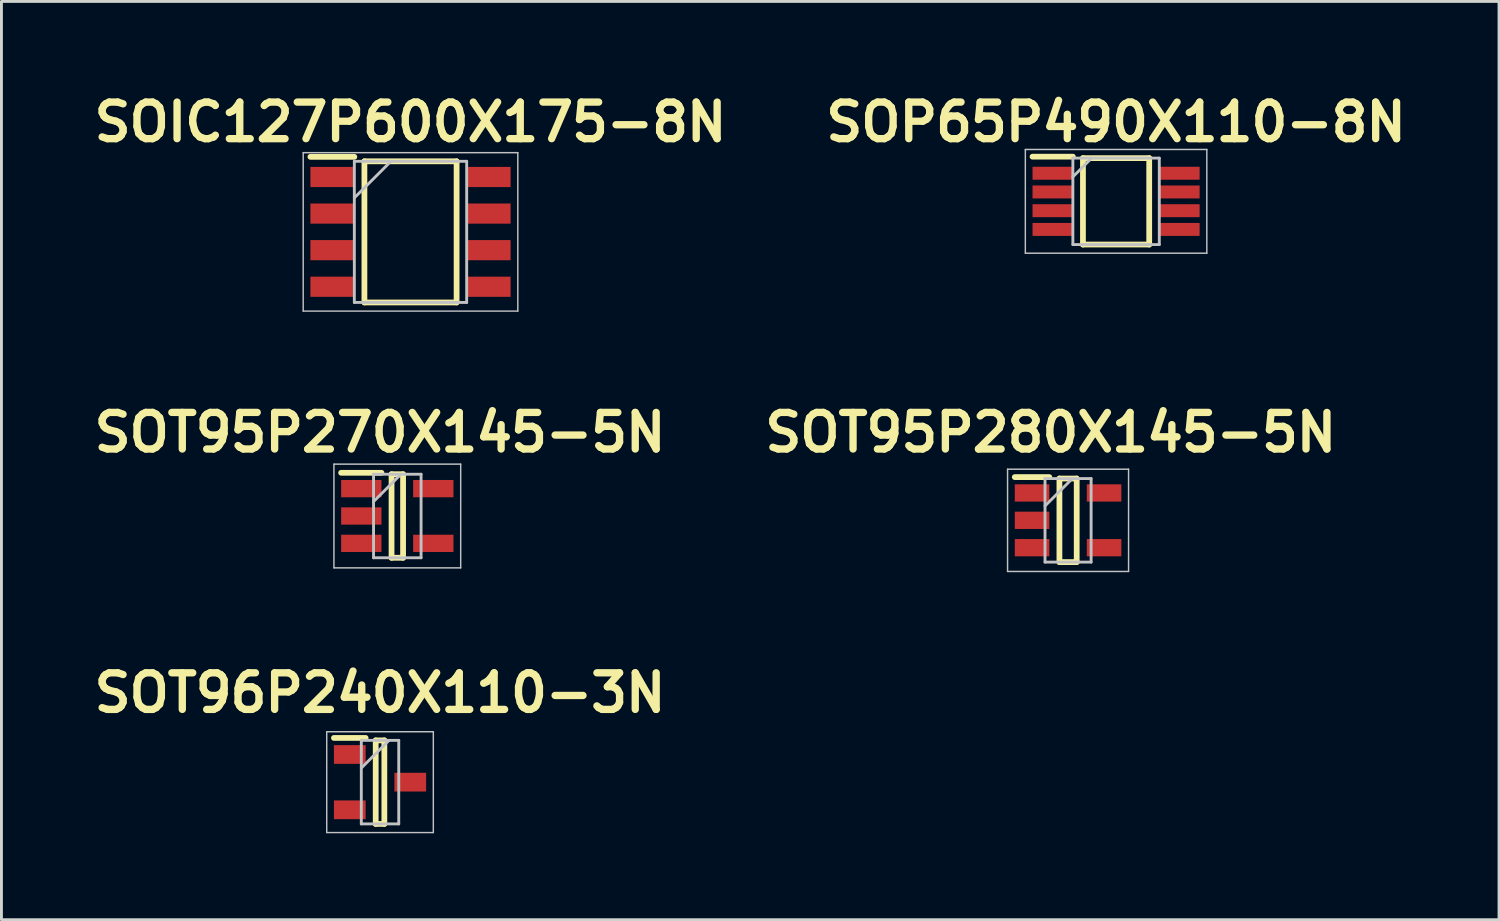
<source format=kicad_pcb>
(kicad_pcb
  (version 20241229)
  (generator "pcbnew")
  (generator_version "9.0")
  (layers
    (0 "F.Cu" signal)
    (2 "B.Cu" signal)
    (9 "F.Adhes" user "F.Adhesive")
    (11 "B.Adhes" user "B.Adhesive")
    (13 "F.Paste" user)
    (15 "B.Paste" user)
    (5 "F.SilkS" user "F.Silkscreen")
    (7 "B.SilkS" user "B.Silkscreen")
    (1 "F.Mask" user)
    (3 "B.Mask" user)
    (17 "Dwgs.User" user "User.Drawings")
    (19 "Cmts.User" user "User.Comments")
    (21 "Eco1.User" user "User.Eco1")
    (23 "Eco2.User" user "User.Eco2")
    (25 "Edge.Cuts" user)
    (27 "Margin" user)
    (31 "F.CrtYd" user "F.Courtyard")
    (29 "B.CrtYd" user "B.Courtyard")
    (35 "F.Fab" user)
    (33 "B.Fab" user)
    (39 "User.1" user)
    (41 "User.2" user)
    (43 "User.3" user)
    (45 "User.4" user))
  (footprint "SOT96P240X110-3N"
    (layer "F.Cu")
    (at 10.142 24.101)
    (property "Reference" "SOT96P240X110-3N" (at 0 -3.1 0) (layer "F.SilkS") (effects (font (size 1.27 1.27) (thickness 0.254))))
    (attr smd)
    (fp_line (start -1.6 -1.535) (end -0.5 -1.535) (stroke (width 0.2) (type solid)) (layer "F.SilkS"))
    (fp_line (start -0.15 -1.45) (end 0.15 -1.45) (stroke (width 0.2) (type solid)) (layer "F.SilkS"))
    (fp_line (start -0.15 1.45) (end -0.15 -1.45) (stroke (width 0.2) (type solid)) (layer "F.SilkS"))
    (fp_line (start 0.15 -1.45) (end 0.15 1.45) (stroke (width 0.2) (type solid)) (layer "F.SilkS"))
    (fp_line (start 0.15 1.45) (end -0.15 1.45) (stroke (width 0.2) (type solid)) (layer "F.SilkS"))
    (fp_line (start -1.85 -1.75) (end 1.85 -1.75) (stroke (width 0.05) (type solid)) (layer "Dwgs.User"))
    (fp_line (start -1.85 1.75) (end -1.85 -1.75) (stroke (width 0.05) (type solid)) (layer "Dwgs.User"))
    (fp_line (start -0.65 -1.45) (end 0.65 -1.45) (stroke (width 0.1) (type solid)) (layer "Dwgs.User"))
    (fp_line (start -0.65 -0.49) (end 0.31 -1.45) (stroke (width 0.1) (type solid)) (layer "Dwgs.User"))
    (fp_line (start -0.65 1.45) (end -0.65 -1.45) (stroke (width 0.1) (type solid)) (layer "Dwgs.User"))
    (fp_line (start 0.65 -1.45) (end 0.65 1.45) (stroke (width 0.1) (type solid)) (layer "Dwgs.User"))
    (fp_line (start 0.65 1.45) (end -0.65 1.45) (stroke (width 0.1) (type solid)) (layer "Dwgs.User"))
    (fp_line (start 1.85 -1.75) (end 1.85 1.75) (stroke (width 0.05) (type solid)) (layer "Dwgs.User"))
    (fp_line (start 1.85 1.75) (end -1.85 1.75) (stroke (width 0.05) (type solid)) (layer "Dwgs.User"))
    (pad "1" smd rect (at -1.05 -0.96 90) (size 0.65 1.1) (layers "F.Cu" "F.Mask" "F.Paste"))
    (pad "2" smd rect (at -1.05 0.96 90) (size 0.65 1.1) (layers "F.Cu" "F.Mask" "F.Paste"))
    (pad "3" smd rect (at 1.05 0 90) (size 0.65 1.1) (layers "F.Cu" "F.Mask" "F.Paste")))
  (footprint "SOT95P280X145-5N"
    (layer "F.Cu")
    (at 34.026 15.012)
    (property "Reference" "SOT95P280X145-5N" (at -0.6 -3.05 0) (layer "F.SilkS") (effects (font (size 1.27 1.27) (thickness 0.254))))
    (attr smd)
    (fp_line (start -1.85 -1.5) (end -0.65 -1.5) (stroke (width 0.2) (type solid)) (layer "F.SilkS"))
    (fp_line (start -0.3 -1.45) (end 0.3 -1.45) (stroke (width 0.2) (type solid)) (layer "F.SilkS"))
    (fp_line (start -0.3 1.45) (end -0.3 -1.45) (stroke (width 0.2) (type solid)) (layer "F.SilkS"))
    (fp_line (start 0.3 -1.45) (end 0.3 1.45) (stroke (width 0.2) (type solid)) (layer "F.SilkS"))
    (fp_line (start 0.3 1.45) (end -0.3 1.45) (stroke (width 0.2) (type solid)) (layer "F.SilkS"))
    (fp_line (start -2.1 -1.775) (end 2.1 -1.775) (stroke (width 0.05) (type solid)) (layer "Dwgs.User"))
    (fp_line (start -2.1 1.775) (end -2.1 -1.775) (stroke (width 0.05) (type solid)) (layer "Dwgs.User"))
    (fp_line (start -0.8 -1.45) (end 0.8 -1.45) (stroke (width 0.1) (type solid)) (layer "Dwgs.User"))
    (fp_line (start -0.8 -0.5) (end 0.15 -1.45) (stroke (width 0.1) (type solid)) (layer "Dwgs.User"))
    (fp_line (start -0.8 1.45) (end -0.8 -1.45) (stroke (width 0.1) (type solid)) (layer "Dwgs.User"))
    (fp_line (start 0.8 -1.45) (end 0.8 1.45) (stroke (width 0.1) (type solid)) (layer "Dwgs.User"))
    (fp_line (start 0.8 1.45) (end -0.8 1.45) (stroke (width 0.1) (type solid)) (layer "Dwgs.User"))
    (fp_line (start 2.1 -1.775) (end 2.1 1.775) (stroke (width 0.05) (type solid)) (layer "Dwgs.User"))
    (fp_line (start 2.1 1.775) (end -2.1 1.775) (stroke (width 0.05) (type solid)) (layer "Dwgs.User"))
    (pad "1" smd rect (at -1.25 -0.95 90) (size 0.6 1.2) (layers "F.Cu" "F.Mask" "F.Paste"))
    (pad "2" smd rect (at -1.25 0 90) (size 0.6 1.2) (layers "F.Cu" "F.Mask" "F.Paste"))
    (pad "3" smd rect (at -1.25 0.95 90) (size 0.6 1.2) (layers "F.Cu" "F.Mask" "F.Paste"))
    (pad "4" smd rect (at 1.25 0.95 90) (size 0.6 1.2) (layers "F.Cu" "F.Mask" "F.Paste"))
    (pad "5" smd rect (at 1.25 -0.95 90) (size 0.6 1.2) (layers "F.Cu" "F.Mask" "F.Paste")))
  (footprint "SOIC127P600X175-8N"
    (layer "F.Cu")
    (at 11.2 4.999)
    (property "Reference" "SOIC127P600X175-8N" (at 0 -3.81 0) (layer "F.SilkS") (effects (font (size 1.27 1.27) (thickness 0.254))))
    (attr smd)
    (fp_line (start -3.475 -2.605) (end -1.95 -2.605) (stroke (width 0.2) (type solid)) (layer "F.SilkS"))
    (fp_line (start -1.6 -2.45) (end 1.6 -2.45) (stroke (width 0.2) (type solid)) (layer "F.SilkS"))
    (fp_line (start -1.6 2.45) (end -1.6 -2.45) (stroke (width 0.2) (type solid)) (layer "F.SilkS"))
    (fp_line (start 1.6 -2.45) (end 1.6 2.45) (stroke (width 0.2) (type solid)) (layer "F.SilkS"))
    (fp_line (start 1.6 2.45) (end -1.6 2.45) (stroke (width 0.2) (type solid)) (layer "F.SilkS"))
    (fp_line (start -3.725 -2.75) (end 3.725 -2.75) (stroke (width 0.05) (type solid)) (layer "Dwgs.User"))
    (fp_line (start -3.725 2.75) (end -3.725 -2.75) (stroke (width 0.05) (type solid)) (layer "Dwgs.User"))
    (fp_line (start -1.95 -2.45) (end 1.95 -2.45) (stroke (width 0.1) (type solid)) (layer "Dwgs.User"))
    (fp_line (start -1.95 -1.18) (end -0.68 -2.45) (stroke (width 0.1) (type solid)) (layer "Dwgs.User"))
    (fp_line (start -1.95 2.45) (end -1.95 -2.45) (stroke (width 0.1) (type solid)) (layer "Dwgs.User"))
    (fp_line (start 1.95 -2.45) (end 1.95 2.45) (stroke (width 0.1) (type solid)) (layer "Dwgs.User"))
    (fp_line (start 1.95 2.45) (end -1.95 2.45) (stroke (width 0.1) (type solid)) (layer "Dwgs.User"))
    (fp_line (start 3.725 -2.75) (end 3.725 2.75) (stroke (width 0.05) (type solid)) (layer "Dwgs.User"))
    (fp_line (start 3.725 2.75) (end -3.725 2.75) (stroke (width 0.05) (type solid)) (layer "Dwgs.User"))
    (pad "1" smd rect (at -2.712 -1.905 90) (size 0.7 1.525) (layers "F.Cu" "F.Mask" "F.Paste"))
    (pad "2" smd rect (at -2.712 -0.635 90) (size 0.7 1.525) (layers "F.Cu" "F.Mask" "F.Paste"))
    (pad "3" smd rect (at -2.712 0.635 90) (size 0.7 1.525) (layers "F.Cu" "F.Mask" "F.Paste"))
    (pad "4" smd rect (at -2.712 1.905 90) (size 0.7 1.525) (layers "F.Cu" "F.Mask" "F.Paste"))
    (pad "5" smd rect (at 2.712 1.905 90) (size 0.7 1.525) (layers "F.Cu" "F.Mask" "F.Paste"))
    (pad "6" smd rect (at 2.712 0.635 90) (size 0.7 1.525) (layers "F.Cu" "F.Mask" "F.Paste"))
    (pad "7" smd rect (at 2.712 -0.635 90) (size 0.7 1.525) (layers "F.Cu" "F.Mask" "F.Paste"))
    (pad "8" smd rect (at 2.712 -1.905 90) (size 0.7 1.525) (layers "F.Cu" "F.Mask" "F.Paste")))
  (footprint "SOP65P490X110-8N"
    (layer "F.Cu")
    (at 35.693 3.939)
    (property "Reference" "SOP65P490X110-8N" (at 0 -2.75 0) (layer "F.SilkS") (effects (font (size 1.27 1.27) (thickness 0.254))))
    (attr smd)
    (fp_line (start -2.9 -1.55) (end -1.5 -1.55) (stroke (width 0.2) (type solid)) (layer "F.SilkS"))
    (fp_line (start -1.15 -1.5) (end 1.15 -1.5) (stroke (width 0.2) (type solid)) (layer "F.SilkS"))
    (fp_line (start -1.15 1.5) (end -1.15 -1.5) (stroke (width 0.2) (type solid)) (layer "F.SilkS"))
    (fp_line (start 1.15 -1.5) (end 1.15 1.5) (stroke (width 0.2) (type solid)) (layer "F.SilkS"))
    (fp_line (start 1.15 1.5) (end -1.15 1.5) (stroke (width 0.2) (type solid)) (layer "F.SilkS"))
    (fp_line (start -3.15 -1.8) (end 3.15 -1.8) (stroke (width 0.05) (type solid)) (layer "Dwgs.User"))
    (fp_line (start -3.15 1.8) (end -3.15 -1.8) (stroke (width 0.05) (type solid)) (layer "Dwgs.User"))
    (fp_line (start -1.5 -1.5) (end 1.5 -1.5) (stroke (width 0.1) (type solid)) (layer "Dwgs.User"))
    (fp_line (start -1.5 -0.85) (end -0.85 -1.5) (stroke (width 0.1) (type solid)) (layer "Dwgs.User"))
    (fp_line (start -1.5 1.5) (end -1.5 -1.5) (stroke (width 0.1) (type solid)) (layer "Dwgs.User"))
    (fp_line (start 1.5 -1.5) (end 1.5 1.5) (stroke (width 0.1) (type solid)) (layer "Dwgs.User"))
    (fp_line (start 1.5 1.5) (end -1.5 1.5) (stroke (width 0.1) (type solid)) (layer "Dwgs.User"))
    (fp_line (start 3.15 -1.8) (end 3.15 1.8) (stroke (width 0.05) (type solid)) (layer "Dwgs.User"))
    (fp_line (start 3.15 1.8) (end -3.15 1.8) (stroke (width 0.05) (type solid)) (layer "Dwgs.User"))
    (pad "1" smd rect (at -2.2 -0.975 90) (size 0.45 1.4) (layers "F.Cu" "F.Mask" "F.Paste"))
    (pad "2" smd rect (at -2.2 -0.325 90) (size 0.45 1.4) (layers "F.Cu" "F.Mask" "F.Paste"))
    (pad "3" smd rect (at -2.2 0.325 90) (size 0.45 1.4) (layers "F.Cu" "F.Mask" "F.Paste"))
    (pad "4" smd rect (at -2.2 0.975 90) (size 0.45 1.4) (layers "F.Cu" "F.Mask" "F.Paste"))
    (pad "5" smd rect (at 2.2 0.975 90) (size 0.45 1.4) (layers "F.Cu" "F.Mask" "F.Paste"))
    (pad "6" smd rect (at 2.2 0.325 90) (size 0.45 1.4) (layers "F.Cu" "F.Mask" "F.Paste"))
    (pad "7" smd rect (at 2.2 -0.325 90) (size 0.45 1.4) (layers "F.Cu" "F.Mask" "F.Paste"))
    (pad "8" smd rect (at 2.2 -0.975 90) (size 0.45 1.4) (layers "F.Cu" "F.Mask" "F.Paste")))
  (footprint "SOT95P270X145-5N"
    (layer "F.Cu")
    (at 10.742 14.862)
    (property "Reference" "SOT95P270X145-5N" (at -0.6 -2.9 0) (layer "F.SilkS") (effects (font (size 1.27 1.27) (thickness 0.254))))
    (attr smd)
    (fp_line (start -1.95 -1.5) (end -0.55 -1.5) (stroke (width 0.2) (type solid)) (layer "F.SilkS"))
    (fp_line (start -0.2 -1.45) (end 0.2 -1.45) (stroke (width 0.2) (type solid)) (layer "F.SilkS"))
    (fp_line (start -0.2 1.45) (end -0.2 -1.45) (stroke (width 0.2) (type solid)) (layer "F.SilkS"))
    (fp_line (start 0.2 -1.45) (end 0.2 1.45) (stroke (width 0.2) (type solid)) (layer "F.SilkS"))
    (fp_line (start 0.2 1.45) (end -0.2 1.45) (stroke (width 0.2) (type solid)) (layer "F.SilkS"))
    (fp_line (start -2.2 -1.8) (end 2.2 -1.8) (stroke (width 0.05) (type solid)) (layer "Dwgs.User"))
    (fp_line (start -2.2 1.8) (end -2.2 -1.8) (stroke (width 0.05) (type solid)) (layer "Dwgs.User"))
    (fp_line (start -0.825 -1.45) (end 0.825 -1.45) (stroke (width 0.1) (type solid)) (layer "Dwgs.User"))
    (fp_line (start -0.825 -0.5) (end 0.125 -1.45) (stroke (width 0.1) (type solid)) (layer "Dwgs.User"))
    (fp_line (start -0.825 1.45) (end -0.825 -1.45) (stroke (width 0.1) (type solid)) (layer "Dwgs.User"))
    (fp_line (start 0.825 -1.45) (end 0.825 1.45) (stroke (width 0.1) (type solid)) (layer "Dwgs.User"))
    (fp_line (start 0.825 1.45) (end -0.825 1.45) (stroke (width 0.1) (type solid)) (layer "Dwgs.User"))
    (fp_line (start 2.2 -1.8) (end 2.2 1.8) (stroke (width 0.05) (type solid)) (layer "Dwgs.User"))
    (fp_line (start 2.2 1.8) (end -2.2 1.8) (stroke (width 0.05) (type solid)) (layer "Dwgs.User"))
    (pad "1" smd rect (at -1.25 -0.95 90) (size 0.6 1.4) (layers "F.Cu" "F.Mask" "F.Paste"))
    (pad "2" smd rect (at -1.25 0 90) (size 0.6 1.4) (layers "F.Cu" "F.Mask" "F.Paste"))
    (pad "3" smd rect (at -1.25 0.95 90) (size 0.6 1.4) (layers "F.Cu" "F.Mask" "F.Paste"))
    (pad "4" smd rect (at 1.25 0.95 90) (size 0.6 1.4) (layers "F.Cu" "F.Mask" "F.Paste"))
    (pad "5" smd rect (at 1.25 -0.95 90) (size 0.6 1.4) (layers "F.Cu" "F.Mask" "F.Paste")))
  (gr_rect
    (start -3 -3)
    (end 48.986 28.876)
    (stroke (width 0.1) (type default))
    (fill no)
    (layer "Edge.Cuts")))
</source>
